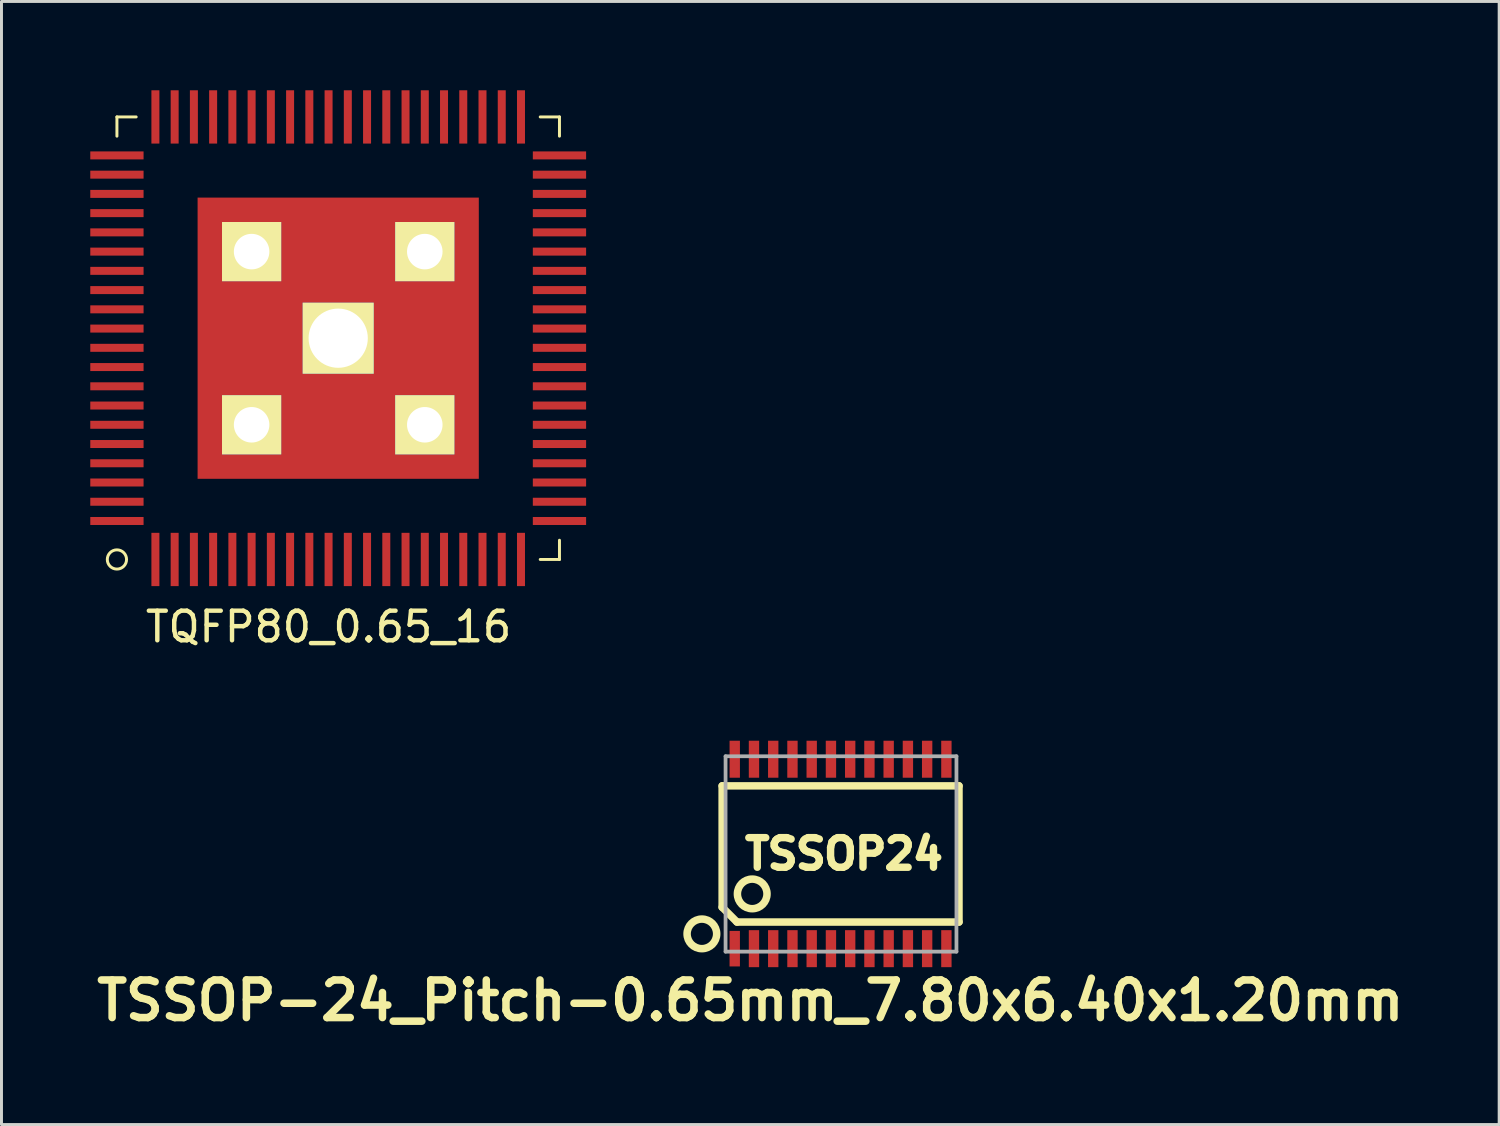
<source format=kicad_pcb>
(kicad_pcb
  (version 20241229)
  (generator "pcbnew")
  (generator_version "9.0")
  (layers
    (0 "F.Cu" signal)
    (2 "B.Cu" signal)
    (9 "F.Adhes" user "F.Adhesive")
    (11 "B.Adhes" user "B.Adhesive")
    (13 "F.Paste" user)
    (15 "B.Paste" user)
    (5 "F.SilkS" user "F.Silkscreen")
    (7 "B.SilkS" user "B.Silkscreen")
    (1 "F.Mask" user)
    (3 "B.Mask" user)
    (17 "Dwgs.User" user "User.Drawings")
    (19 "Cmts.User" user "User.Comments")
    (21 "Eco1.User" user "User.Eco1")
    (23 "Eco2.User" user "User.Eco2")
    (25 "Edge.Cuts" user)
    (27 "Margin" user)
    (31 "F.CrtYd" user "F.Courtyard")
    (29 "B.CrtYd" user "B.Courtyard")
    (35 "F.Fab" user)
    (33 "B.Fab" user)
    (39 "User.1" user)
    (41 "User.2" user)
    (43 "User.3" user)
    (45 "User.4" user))
  (footprint "TSSOP-24_Pitch-0.65mm_7.80x6.40x1.20mm"
    (layer "F.Cu")
    (at 25.346 25.798)
    (property "Reference" "TSSOP-24_Pitch-0.65mm_7.80x6.40x1.20mm" (at -3.048 4.953 0) (layer "F.SilkS") (effects (font (size 1.27 1.27) (thickness 0.254))))
    (attr smd)
    (fp_line (start -4 -2.3) (end -4 1.8) (stroke (width 0.254) (type solid)) (layer "F.SilkS"))
    (fp_line (start -4 -2.3) (end 4 -2.3) (stroke (width 0.254) (type solid)) (layer "F.SilkS"))
    (fp_line (start -4 1.8) (end -3.5 2.3) (stroke (width 0.254) (type solid)) (layer "F.SilkS"))
    (fp_line (start -3.5 2.3) (end 4 2.3) (stroke (width 0.254) (type solid)) (layer "F.SilkS"))
    (fp_line (start 4 -2.3) (end 4 2.3) (stroke (width 0.254) (type solid)) (layer "F.SilkS"))
    (fp_circle (center -4.685 2.7) (end -4.185 2.7) (stroke (width 0.254) (type solid)) (fill no) (layer "F.SilkS"))
    (fp_circle (center -2.985 1.35) (end -2.485 1.35) (stroke (width 0.254) (type solid)) (fill no) (layer "F.SilkS"))
    (fp_line (start -3.885 -3.3) (end 3.915 -3.3) (stroke (width 0.127) (type solid)) (layer "F.Fab"))
    (fp_line (start -3.885 3.3) (end -3.885 -3.3) (stroke (width 0.127) (type solid)) (layer "F.Fab"))
    (fp_line (start 3.915 -3.3) (end 3.915 3.3) (stroke (width 0.127) (type solid)) (layer "F.Fab"))
    (fp_line (start 3.915 3.3) (end -3.885 3.3) (stroke (width 0.127) (type solid)) (layer "F.Fab"))
    (fp_text user "TSSOP24" (at 0.115 0 0) (layer "F.SilkS") (effects (font (size 1 1) (thickness 0.25))))
    (pad "1" smd rect (at -3.575 3.2) (size 0.35 1.2) (layers "F.Cu" "F.Mask" "F.Paste"))
    (pad "2" smd rect (at -2.925 3.2) (size 0.35 1.25) (layers "F.Cu" "F.Mask" "F.Paste"))
    (pad "3" smd rect (at -2.275 3.2) (size 0.35 1.25) (layers "F.Cu" "F.Mask" "F.Paste"))
    (pad "4" smd rect (at -1.625 3.2) (size 0.35 1.25) (layers "F.Cu" "F.Mask" "F.Paste"))
    (pad "5" smd rect (at -0.975 3.2) (size 0.35 1.25) (layers "F.Cu" "F.Mask" "F.Paste"))
    (pad "6" smd rect (at -0.325 3.2) (size 0.35 1.25) (layers "F.Cu" "F.Mask" "F.Paste"))
    (pad "7" smd rect (at 0.325 3.2) (size 0.35 1.25) (layers "F.Cu" "F.Mask" "F.Paste"))
    (pad "8" smd rect (at 0.975 3.2) (size 0.35 1.25) (layers "F.Cu" "F.Mask" "F.Paste"))
    (pad "9" smd rect (at 1.625 3.2) (size 0.35 1.25) (layers "F.Cu" "F.Mask" "F.Paste"))
    (pad "10" smd rect (at 2.275 3.2) (size 0.35 1.25) (layers "F.Cu" "F.Mask" "F.Paste"))
    (pad "11" smd rect (at 2.925 3.2) (size 0.35 1.25) (layers "F.Cu" "F.Mask" "F.Paste"))
    (pad "12" smd rect (at 3.575 3.2) (size 0.35 1.25) (layers "F.Cu" "F.Mask" "F.Paste"))
    (pad "13" smd rect (at 3.575 -3.2) (size 0.35 1.25) (layers "F.Cu" "F.Mask" "F.Paste"))
    (pad "14" smd rect (at 2.925 -3.2) (size 0.35 1.25) (layers "F.Cu" "F.Mask" "F.Paste"))
    (pad "15" smd rect (at 2.275 -3.2) (size 0.35 1.25) (layers "F.Cu" "F.Mask" "F.Paste"))
    (pad "16" smd rect (at 1.625 -3.2) (size 0.35 1.25) (layers "F.Cu" "F.Mask" "F.Paste"))
    (pad "17" smd rect (at 0.975 -3.2) (size 0.35 1.25) (layers "F.Cu" "F.Mask" "F.Paste"))
    (pad "18" smd rect (at 0.325 -3.2) (size 0.35 1.25) (layers "F.Cu" "F.Mask" "F.Paste"))
    (pad "19" smd rect (at -0.325 -3.2) (size 0.35 1.25) (layers "F.Cu" "F.Mask" "F.Paste"))
    (pad "20" smd rect (at -0.975 -3.2) (size 0.35 1.25) (layers "F.Cu" "F.Mask" "F.Paste"))
    (pad "21" smd rect (at -1.625 -3.2) (size 0.35 1.25) (layers "F.Cu" "F.Mask" "F.Paste"))
    (pad "22" smd rect (at -2.275 -3.2) (size 0.35 1.25) (layers "F.Cu" "F.Mask" "F.Paste"))
    (pad "23" smd rect (at -2.925 -3.2) (size 0.35 1.25) (layers "F.Cu" "F.Mask" "F.Paste"))
    (pad "24" smd rect (at -3.575 -3.2) (size 0.35 1.25) (layers "F.Cu" "F.Mask" "F.Paste")))
  (footprint "TQFP80_0.65_16"
    (layer "F.Cu")
    (at 8.375 8.375)
    (property "Reference" "TQFP80_0.65_16" (at -0.325 9.75 0) (layer "F.SilkS") (effects (font (size 1 1) (thickness 0.15))))
    (attr smd)
    (fp_line (start -7.475 -7.475) (end -6.825 -7.475) (stroke (width 0.1) (type solid)) (layer "F.SilkS"))
    (fp_line (start -7.475 -6.825) (end -7.475 -7.475) (stroke (width 0.1) (type solid)) (layer "F.SilkS"))
    (fp_line (start 6.825 -7.475) (end 7.475 -7.475) (stroke (width 0.1) (type solid)) (layer "F.SilkS"))
    (fp_line (start 7.475 -7.475) (end 7.475 -6.825) (stroke (width 0.1) (type solid)) (layer "F.SilkS"))
    (fp_line (start 7.475 6.825) (end 7.475 7.475) (stroke (width 0.1) (type solid)) (layer "F.SilkS"))
    (fp_line (start 7.475 7.475) (end 6.825 7.475) (stroke (width 0.1) (type solid)) (layer "F.SilkS"))
    (fp_circle (center -7.475 7.475) (end -7.15 7.475) (stroke (width 0.1) (type solid)) (fill no) (layer "F.SilkS"))
    (pad "1" smd rect (at -6.175 7.475 90) (size 1.8 0.27) (layers "F.Cu" "F.Mask" "F.Paste"))
    (pad "2" smd rect (at -5.525 7.475 90) (size 1.8 0.27) (layers "F.Cu" "F.Mask" "F.Paste"))
    (pad "3" smd rect (at -4.875 7.475 90) (size 1.8 0.27) (layers "F.Cu" "F.Mask" "F.Paste"))
    (pad "4" smd rect (at -4.225 7.475 90) (size 1.8 0.27) (layers "F.Cu" "F.Mask" "F.Paste"))
    (pad "5" smd rect (at -3.575 7.475 90) (size 1.8 0.27) (layers "F.Cu" "F.Mask" "F.Paste"))
    (pad "6" smd rect (at -2.925 7.475 90) (size 1.8 0.27) (layers "F.Cu" "F.Mask" "F.Paste"))
    (pad "7" smd rect (at -2.275 7.475 90) (size 1.8 0.27) (layers "F.Cu" "F.Mask" "F.Paste"))
    (pad "8" smd rect (at -1.625 7.475 90) (size 1.8 0.27) (layers "F.Cu" "F.Mask" "F.Paste"))
    (pad "9" smd rect (at -0.975 7.475 90) (size 1.8 0.27) (layers "F.Cu" "F.Mask" "F.Paste"))
    (pad "10" smd rect (at -0.325 7.475 90) (size 1.8 0.27) (layers "F.Cu" "F.Mask" "F.Paste"))
    (pad "11" smd rect (at 0.325 7.475 90) (size 1.8 0.27) (layers "F.Cu" "F.Mask" "F.Paste"))
    (pad "12" smd rect (at 0.975 7.475 90) (size 1.8 0.27) (layers "F.Cu" "F.Mask" "F.Paste"))
    (pad "13" smd rect (at 1.625 7.475 90) (size 1.8 0.27) (layers "F.Cu" "F.Mask" "F.Paste"))
    (pad "14" smd rect (at 2.275 7.475 90) (size 1.8 0.27) (layers "F.Cu" "F.Mask" "F.Paste"))
    (pad "15" smd rect (at 2.925 7.475 90) (size 1.8 0.27) (layers "F.Cu" "F.Mask" "F.Paste"))
    (pad "16" smd rect (at 3.575 7.475 90) (size 1.8 0.27) (layers "F.Cu" "F.Mask" "F.Paste"))
    (pad "17" smd rect (at 4.225 7.475 90) (size 1.8 0.27) (layers "F.Cu" "F.Mask" "F.Paste"))
    (pad "18" smd rect (at 4.875 7.475 90) (size 1.8 0.27) (layers "F.Cu" "F.Mask" "F.Paste"))
    (pad "19" smd rect (at 5.525 7.475 90) (size 1.8 0.27) (layers "F.Cu" "F.Mask" "F.Paste"))
    (pad "20" smd rect (at 6.175 7.475 90) (size 1.8 0.27) (layers "F.Cu" "F.Mask" "F.Paste"))
    (pad "21" smd rect (at 7.475 6.175) (size 1.8 0.27) (layers "F.Cu" "F.Mask" "F.Paste"))
    (pad "22" smd rect (at 7.475 5.525) (size 1.8 0.27) (layers "F.Cu" "F.Mask" "F.Paste"))
    (pad "23" smd rect (at 7.475 4.875) (size 1.8 0.27) (layers "F.Cu" "F.Mask" "F.Paste"))
    (pad "24" smd rect (at 7.475 4.225) (size 1.8 0.27) (layers "F.Cu" "F.Mask" "F.Paste"))
    (pad "25" smd rect (at 7.475 3.575) (size 1.8 0.27) (layers "F.Cu" "F.Mask" "F.Paste"))
    (pad "26" smd rect (at 7.475 2.925) (size 1.8 0.27) (layers "F.Cu" "F.Mask" "F.Paste"))
    (pad "27" smd rect (at 7.475 2.275) (size 1.8 0.27) (layers "F.Cu" "F.Mask" "F.Paste"))
    (pad "28" smd rect (at 7.475 1.625) (size 1.8 0.27) (layers "F.Cu" "F.Mask" "F.Paste"))
    (pad "29" smd rect (at 7.475 0.975) (size 1.8 0.27) (layers "F.Cu" "F.Mask" "F.Paste"))
    (pad "30" smd rect (at 7.475 0.325) (size 1.8 0.27) (layers "F.Cu" "F.Mask" "F.Paste"))
    (pad "31" smd rect (at 7.475 -0.325) (size 1.8 0.27) (layers "F.Cu" "F.Mask" "F.Paste"))
    (pad "32" smd rect (at 7.475 -0.975) (size 1.8 0.27) (layers "F.Cu" "F.Mask" "F.Paste"))
    (pad "33" smd rect (at 7.475 -1.625) (size 1.8 0.27) (layers "F.Cu" "F.Mask" "F.Paste"))
    (pad "34" smd rect (at 7.475 -2.275) (size 1.8 0.27) (layers "F.Cu" "F.Mask" "F.Paste"))
    (pad "35" smd rect (at 7.475 -2.925) (size 1.8 0.27) (layers "F.Cu" "F.Mask" "F.Paste"))
    (pad "36" smd rect (at 7.475 -3.575) (size 1.8 0.27) (layers "F.Cu" "F.Mask" "F.Paste"))
    (pad "37" smd rect (at 7.475 -4.225) (size 1.8 0.27) (layers "F.Cu" "F.Mask" "F.Paste"))
    (pad "38" smd rect (at 7.475 -4.875) (size 1.8 0.27) (layers "F.Cu" "F.Mask" "F.Paste"))
    (pad "39" smd rect (at 7.475 -5.525) (size 1.8 0.27) (layers "F.Cu" "F.Mask" "F.Paste"))
    (pad "40" smd rect (at 7.475 -6.175) (size 1.8 0.27) (layers "F.Cu" "F.Mask" "F.Paste"))
    (pad "41" smd rect (at 6.175 -7.475 90) (size 1.8 0.27) (layers "F.Cu" "F.Mask" "F.Paste"))
    (pad "42" smd rect (at 5.525 -7.475 90) (size 1.8 0.27) (layers "F.Cu" "F.Mask" "F.Paste"))
    (pad "43" smd rect (at 4.875 -7.475 90) (size 1.8 0.27) (layers "F.Cu" "F.Mask" "F.Paste"))
    (pad "44" smd rect (at 4.225 -7.475 90) (size 1.8 0.27) (layers "F.Cu" "F.Mask" "F.Paste"))
    (pad "45" smd rect (at 3.575 -7.475 90) (size 1.8 0.27) (layers "F.Cu" "F.Mask" "F.Paste"))
    (pad "46" smd rect (at 2.925 -7.475 90) (size 1.8 0.27) (layers "F.Cu" "F.Mask" "F.Paste"))
    (pad "47" smd rect (at 2.275 -7.475 90) (size 1.8 0.27) (layers "F.Cu" "F.Mask" "F.Paste"))
    (pad "48" smd rect (at 1.625 -7.475 90) (size 1.8 0.27) (layers "F.Cu" "F.Mask" "F.Paste"))
    (pad "49" smd rect (at 0.975 -7.475 90) (size 1.8 0.27) (layers "F.Cu" "F.Mask" "F.Paste"))
    (pad "50" smd rect (at 0.325 -7.475 90) (size 1.8 0.27) (layers "F.Cu" "F.Mask" "F.Paste"))
    (pad "51" smd rect (at -0.325 -7.475 90) (size 1.8 0.27) (layers "F.Cu" "F.Mask" "F.Paste"))
    (pad "52" smd rect (at -0.975 -7.475 90) (size 1.8 0.27) (layers "F.Cu" "F.Mask" "F.Paste"))
    (pad "53" smd rect (at -1.625 -7.475 90) (size 1.8 0.27) (layers "F.Cu" "F.Mask" "F.Paste"))
    (pad "54" smd rect (at -2.275 -7.475 90) (size 1.8 0.27) (layers "F.Cu" "F.Mask" "F.Paste"))
    (pad "55" smd rect (at -2.925 -7.475 90) (size 1.8 0.27) (layers "F.Cu" "F.Mask" "F.Paste"))
    (pad "56" smd rect (at -3.575 -7.475 90) (size 1.8 0.27) (layers "F.Cu" "F.Mask" "F.Paste"))
    (pad "57" smd rect (at -4.225 -7.475 90) (size 1.8 0.27) (layers "F.Cu" "F.Mask" "F.Paste"))
    (pad "58" smd rect (at -4.875 -7.475 90) (size 1.8 0.27) (layers "F.Cu" "F.Mask" "F.Paste"))
    (pad "59" smd rect (at -5.525 -7.475 90) (size 1.8 0.27) (layers "F.Cu" "F.Mask" "F.Paste"))
    (pad "60" smd rect (at -6.175 -7.475 90) (size 1.8 0.27) (layers "F.Cu" "F.Mask" "F.Paste"))
    (pad "61" smd rect (at -7.475 -6.175) (size 1.8 0.27) (layers "F.Cu" "F.Mask" "F.Paste"))
    (pad "62" smd rect (at -7.475 -5.525) (size 1.8 0.27) (layers "F.Cu" "F.Mask" "F.Paste"))
    (pad "63" smd rect (at -7.475 -4.875) (size 1.8 0.27) (layers "F.Cu" "F.Mask" "F.Paste"))
    (pad "64" smd rect (at -7.475 -4.225) (size 1.8 0.27) (layers "F.Cu" "F.Mask" "F.Paste"))
    (pad "65" smd rect (at -7.475 -3.575) (size 1.8 0.27) (layers "F.Cu" "F.Mask" "F.Paste"))
    (pad "66" smd rect (at -7.475 -2.925) (size 1.8 0.27) (layers "F.Cu" "F.Mask" "F.Paste"))
    (pad "67" smd rect (at -7.475 -2.275) (size 1.8 0.27) (layers "F.Cu" "F.Mask" "F.Paste"))
    (pad "68" smd rect (at -7.475 -1.625) (size 1.8 0.27) (layers "F.Cu" "F.Mask" "F.Paste"))
    (pad "69" smd rect (at -7.475 -0.975) (size 1.8 0.27) (layers "F.Cu" "F.Mask" "F.Paste"))
    (pad "70" smd rect (at -7.475 -0.325) (size 1.8 0.27) (layers "F.Cu" "F.Mask" "F.Paste"))
    (pad "71" smd rect (at -7.475 0.325) (size 1.8 0.27) (layers "F.Cu" "F.Mask" "F.Paste"))
    (pad "72" smd rect (at -7.475 0.975) (size 1.8 0.27) (layers "F.Cu" "F.Mask" "F.Paste"))
    (pad "73" smd rect (at -7.475 1.625) (size 1.8 0.27) (layers "F.Cu" "F.Mask" "F.Paste"))
    (pad "74" smd rect (at -7.475 2.275) (size 1.8 0.27) (layers "F.Cu" "F.Mask" "F.Paste"))
    (pad "75" smd rect (at -7.475 2.925) (size 1.8 0.27) (layers "F.Cu" "F.Mask" "F.Paste"))
    (pad "76" smd rect (at -7.475 3.575) (size 1.8 0.27) (layers "F.Cu" "F.Mask" "F.Paste"))
    (pad "77" smd rect (at -7.475 4.225) (size 1.8 0.27) (layers "F.Cu" "F.Mask" "F.Paste"))
    (pad "78" smd rect (at -7.475 4.875) (size 1.8 0.27) (layers "F.Cu" "F.Mask" "F.Paste"))
    (pad "79" smd rect (at -7.475 5.525) (size 1.8 0.27) (layers "F.Cu" "F.Mask" "F.Paste"))
    (pad "80" smd rect (at -7.475 6.175) (size 1.8 0.27) (layers "F.Cu" "F.Mask" "F.Paste"))
    (pad "81" thru_hole rect (at -2.925 -2.925) (size 2 2) (drill 1.2) (layers "*.Cu" "*.Mask" "F.SilkS"))
    (pad "81" thru_hole rect (at -2.925 2.925) (size 2 2) (drill 1.2) (layers "*.Cu" "*.Mask" "F.SilkS"))
    (pad "81" thru_hole rect (at 0 0) (size 2.4 2.4) (drill 2) (layers "*.Cu" "*.Mask" "F.SilkS"))
    (pad "81" smd rect (at 0 0) (size 9.5 9.5) (layers "F.Cu" "F.Mask" "F.Paste"))
    (pad "81" thru_hole rect (at 2.925 -2.925) (size 2 2) (drill 1.2) (layers "*.Cu" "*.Mask" "F.SilkS"))
    (pad "81" thru_hole rect (at 2.925 2.925) (size 2 2) (drill 1.2) (layers "*.Cu" "*.Mask" "F.SilkS")))
  (gr_rect
    (start -3 -3)
    (end 47.595 34.94)
    (stroke (width 0.1) (type default))
    (fill no)
    (layer "Edge.Cuts")))
</source>
